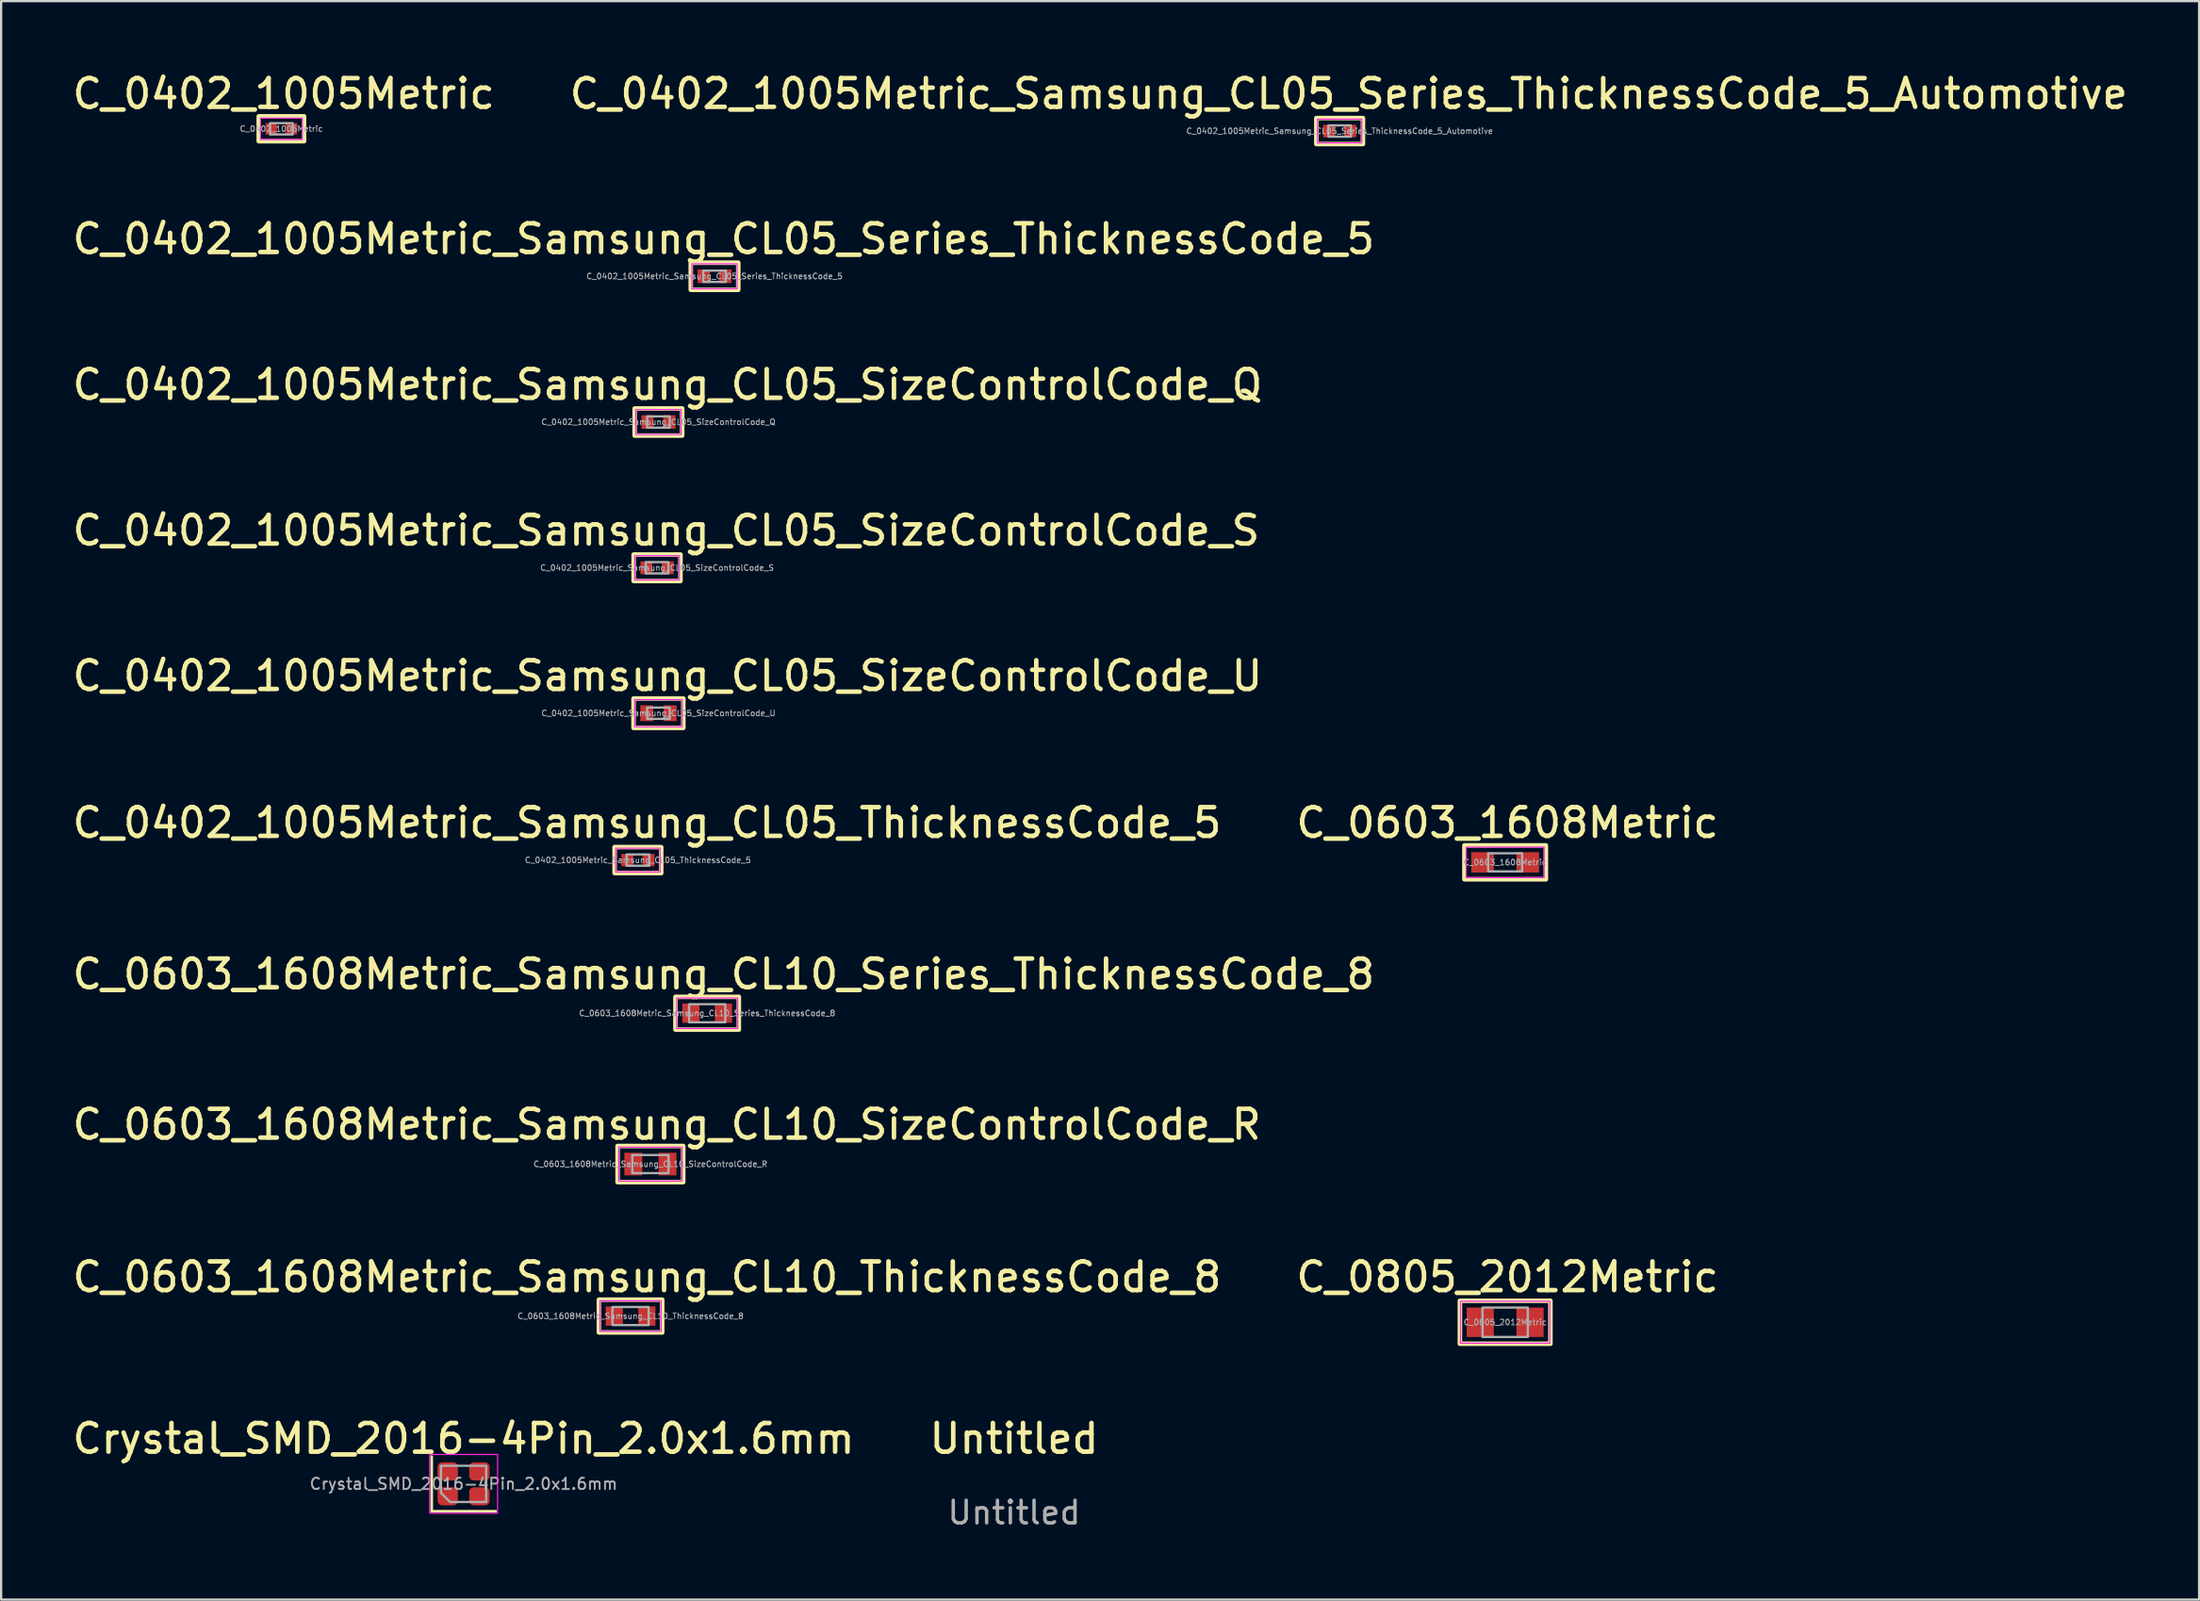
<source format=kicad_pcb>
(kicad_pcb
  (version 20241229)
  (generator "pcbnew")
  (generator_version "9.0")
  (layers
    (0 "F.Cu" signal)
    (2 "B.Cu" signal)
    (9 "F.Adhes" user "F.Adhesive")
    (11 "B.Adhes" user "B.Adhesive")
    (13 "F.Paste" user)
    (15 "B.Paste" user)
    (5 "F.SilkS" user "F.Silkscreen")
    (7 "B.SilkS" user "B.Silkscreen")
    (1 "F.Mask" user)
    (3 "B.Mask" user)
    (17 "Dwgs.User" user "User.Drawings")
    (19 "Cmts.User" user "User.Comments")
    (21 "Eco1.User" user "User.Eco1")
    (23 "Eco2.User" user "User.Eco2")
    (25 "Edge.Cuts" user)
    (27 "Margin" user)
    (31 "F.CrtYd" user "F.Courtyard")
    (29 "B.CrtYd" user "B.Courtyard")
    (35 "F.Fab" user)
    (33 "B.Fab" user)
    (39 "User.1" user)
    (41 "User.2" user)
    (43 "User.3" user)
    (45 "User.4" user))
  (footprint "C_0805_2012Metric"
    (layer "F.Cu")
    (at 63.472 55.406)
    (property "Reference" "C_0805_2012Metric" (at 0.1 -2 0) (layer "F.SilkS") (effects (font (size 1.27 1.27) (thickness 0.2))))
    (attr smd)
    (fp_rect (start -2 -0.95) (end 2 0.95) (stroke (width 0.2) (type default)) (fill no) (layer "F.SilkS"))
    (fp_rect (start -1.975 -0.925) (end 1.975 0.925) (stroke (width 0.05) (type default)) (fill no) (layer "F.CrtYd"))
    (fp_rect (start -1 -0.65) (end 1 0.65) (stroke (width 0.1) (type default)) (fill no) (layer "F.Fab"))
    (fp_text user "${REFERENCE}" (at 0 0 0) (layer "F.Fab") (effects (font (size 0.25 0.25) (thickness 0.04))))
    (pad "1" smd rect (at -1.1 0) (size 1.2 1.3) (layers "F.Cu" "F.Mask" "F.Paste"))
    (pad "2" smd rect (at 1.1 0) (size 1.2 1.3) (layers "F.Cu" "F.Mask" "F.Paste")))
  (footprint "C_0402_1005Metric_Samsung_CL05_Series_ThicknessCode_5"
    (layer "F.Cu")
    (at 28.529 9.163)
    (property "Reference" "C_0402_1005Metric_Samsung_CL05_Series_ThicknessCode_5" (at 0.4 -1.65 0) (layer "F.SilkS") (effects (font (size 1.27 1.27) (thickness 0.2))))
    (attr smd)
    (fp_rect (start -1.05 -0.6) (end 1.05 0.6) (stroke (width 0.2) (type default)) (fill no) (layer "F.SilkS"))
    (fp_rect (start -1 -0.55) (end 1 0.55) (stroke (width 0.05) (type default)) (fill no) (layer "F.CrtYd"))
    (fp_rect (start -0.5 -0.25) (end 0.5 0.25) (stroke (width 0.1) (type default)) (fill no) (layer "F.Fab"))
    (fp_text user "${REFERENCE}" (at 0 0 0) (layer "F.Fab") (effects (font (size 0.25 0.25) (thickness 0.04))))
    (pad "1" smd rect (at -0.48 0) (size 0.54 0.6) (layers "F.Cu" "F.Mask" "F.Paste"))
    (pad "2" smd rect (at 0.48 0) (size 0.54 0.6) (layers "F.Cu" "F.Mask" "F.Paste")))
  (footprint "C_0603_1608Metric"
    (layer "F.Cu")
    (at 63.472 35.074)
    (property "Reference" "C_0603_1608Metric" (at 0.1 -1.75 0) (layer "F.SilkS") (effects (font (size 1.27 1.27) (thickness 0.2))))
    (attr smd)
    (fp_rect (start -1.8 -0.75) (end 1.8 0.75) (stroke (width 0.2) (type default)) (fill no) (layer "F.SilkS"))
    (fp_rect (start -1.725 -0.675) (end 1.725 0.675) (stroke (width 0.05) (type default)) (fill no) (layer "F.CrtYd"))
    (fp_rect (start -0.75 -0.4) (end 0.75 0.4) (stroke (width 0.1) (type default)) (fill no) (layer "F.Fab"))
    (fp_text user "${REFERENCE}" (at 0 0 0) (layer "F.Fab") (effects (font (size 0.25 0.25) (thickness 0.04))))
    (pad "1" smd rect (at -1 0) (size 1 0.9) (layers "F.Cu" "F.Mask" "F.Paste"))
    (pad "2" smd rect (at 1 0) (size 1 0.9) (layers "F.Cu" "F.Mask" "F.Paste")))
  (footprint "C_0402_1005Metric_Samsung_CL05_ThicknessCode_5"
    (layer "F.Cu")
    (at 25.143 34.974)
    (property "Reference" "C_0402_1005Metric_Samsung_CL05_ThicknessCode_5" (at 0.4 -1.65 0) (layer "F.SilkS") (effects (font (size 1.27 1.27) (thickness 0.2))))
    (attr smd)
    (fp_rect (start -1.03 -0.575) (end 1.03 0.575) (stroke (width 0.2) (type default)) (fill no) (layer "F.SilkS"))
    (fp_rect (start -0.98 -0.525) (end 0.98 0.525) (stroke (width 0.05) (type default)) (fill no) (layer "F.CrtYd"))
    (fp_rect (start -0.5 -0.25) (end 0.5 0.25) (stroke (width 0.1) (type default)) (fill no) (layer "F.Fab"))
    (fp_text user "${REFERENCE}" (at 0 0 0) (layer "F.Fab") (effects (font (size 0.25 0.25) (thickness 0.04))))
    (pad "1" smd rect (at -0.465 0) (size 0.53 0.55) (layers "F.Cu" "F.Mask" "F.Paste"))
    (pad "2" smd rect (at 0.465 0) (size 0.53 0.55) (layers "F.Cu" "F.Mask" "F.Paste")))
  (footprint "C_0402_1005Metric_Samsung_CL05_SizeControlCode_Q"
    (layer "F.Cu")
    (at 26.05 15.607)
    (property "Reference" "C_0402_1005Metric_Samsung_CL05_SizeControlCode_Q" (at 0.4 -1.65 0) (layer "F.SilkS") (effects (font (size 1.27 1.27) (thickness 0.2))))
    (attr smd)
    (fp_rect (start -1.05 -0.6) (end 1.05 0.6) (stroke (width 0.2) (type default)) (fill no) (layer "F.SilkS"))
    (fp_rect (start -1 -0.55) (end 1 0.55) (stroke (width 0.05) (type default)) (fill no) (layer "F.CrtYd"))
    (fp_rect (start -0.5 -0.25) (end 0.5 0.25) (stroke (width 0.1) (type default)) (fill no) (layer "F.Fab"))
    (fp_text user "${REFERENCE}" (at 0 0 0) (layer "F.Fab") (effects (font (size 0.25 0.25) (thickness 0.04))))
    (pad "1" smd rect (at -0.48 0) (size 0.54 0.6) (layers "F.Cu" "F.Mask" "F.Paste"))
    (pad "2" smd rect (at 0.48 0) (size 0.54 0.6) (layers "F.Cu" "F.Mask" "F.Paste")))
  (footprint "C_0603_1608Metric_Samsung_CL10_Series_ThicknessCode_8"
    (layer "F.Cu")
    (at 28.204 41.743)
    (property "Reference" "C_0603_1608Metric_Samsung_CL10_Series_ThicknessCode_8" (at 0.725 -1.725 0) (layer "F.SilkS") (effects (font (size 1.27 1.27) (thickness 0.2))))
    (attr smd)
    (fp_rect (start -1.4 -0.725) (end 1.4 0.725) (stroke (width 0.2) (type default)) (fill no) (layer "F.SilkS"))
    (fp_rect (start -1.35 -0.675) (end 1.35 0.675) (stroke (width 0.05) (type default)) (fill no) (layer "F.CrtYd"))
    (fp_rect (start -0.8 -0.4) (end 0.8 0.4) (stroke (width 0.1) (type default)) (fill no) (layer "F.Fab"))
    (fp_text user "${REFERENCE}" (at 0 0 0) (layer "F.Fab") (effects (font (size 0.25 0.25) (thickness 0.04))))
    (pad "1" smd rect (at -0.72 0) (size 0.76 0.85) (layers "F.Cu" "F.Mask" "F.Paste"))
    (pad "2" smd rect (at 0.72 0) (size 0.76 0.85) (layers "F.Cu" "F.Mask" "F.Paste")))
  (footprint "C_0402_1005Metric_Samsung_CL05_SizeControlCode_S"
    (layer "F.Cu")
    (at 25.989 22.051)
    (property "Reference" "C_0402_1005Metric_Samsung_CL05_SizeControlCode_S" (at 0.4 -1.65 0) (layer "F.SilkS") (effects (font (size 1.27 1.27) (thickness 0.2))))
    (attr smd)
    (fp_rect (start -1.035 -0.585) (end 1.035 0.585) (stroke (width 0.2) (type default)) (fill no) (layer "F.SilkS"))
    (fp_rect (start -0.985 -0.535) (end 0.985 0.535) (stroke (width 0.05) (type default)) (fill no) (layer "F.CrtYd"))
    (fp_rect (start -0.5 -0.25) (end 0.5 0.25) (stroke (width 0.1) (type default)) (fill no) (layer "F.Fab"))
    (fp_text user "${REFERENCE}" (at 0 0 0) (layer "F.Fab") (effects (font (size 0.25 0.25) (thickness 0.04))))
    (pad "1" smd rect (at -0.47 0) (size 0.53 0.57) (layers "F.Cu" "F.Mask" "F.Paste"))
    (pad "2" smd rect (at 0.47 0) (size 0.53 0.57) (layers "F.Cu" "F.Mask" "F.Paste")))
  (footprint "C_0603_1608Metric_Samsung_CL10_ThicknessCode_8"
    (layer "F.Cu")
    (at 24.818 55.131)
    (property "Reference" "C_0603_1608Metric_Samsung_CL10_ThicknessCode_8" (at 0.725 -1.725 0) (layer "F.SilkS") (effects (font (size 1.27 1.27) (thickness 0.2))))
    (attr smd)
    (fp_rect (start -1.4 -0.725) (end 1.4 0.725) (stroke (width 0.2) (type default)) (fill no) (layer "F.SilkS"))
    (fp_rect (start -1.35 -0.675) (end 1.35 0.675) (stroke (width 0.05) (type default)) (fill no) (layer "F.CrtYd"))
    (fp_rect (start -0.8 -0.4) (end 0.8 0.4) (stroke (width 0.1) (type default)) (fill no) (layer "F.Fab"))
    (fp_text user "${REFERENCE}" (at 0 0 0) (layer "F.Fab") (effects (font (size 0.25 0.25) (thickness 0.04))))
    (pad "1" smd rect (at -0.72 0) (size 0.76 0.85) (layers "F.Cu" "F.Mask" "F.Paste"))
    (pad "2" smd rect (at 0.72 0) (size 0.76 0.85) (layers "F.Cu" "F.Mask" "F.Paste")))
  (footprint "Untitled"
    (layer "F.Cu")
    (at 41.77 61.184)
    (property "Reference" "Untitled" (at 0 -0.635 0) (unlocked yes) (layer "F.SilkS") (effects (font (size 1.27 1.27) (thickness 0.2))))
    (attr smd)
    (fp_text user "${REFERENCE}" (at 0 2.635 0) (unlocked yes) (layer "F.Fab") (effects (font (size 1 1) (thickness 0.15)))))
  (footprint "C_0402_1005Metric_Samsung_CL05_SizeControlCode_U"
    (layer "F.Cu")
    (at 26.05 28.48)
    (property "Reference" "C_0402_1005Metric_Samsung_CL05_SizeControlCode_U" (at 0.4 -1.65 0) (layer "F.SilkS") (effects (font (size 1.27 1.27) (thickness 0.2))))
    (attr smd)
    (fp_rect (start -1.1 -0.65) (end 1.1 0.65) (stroke (width 0.2) (type default)) (fill no) (layer "F.SilkS"))
    (fp_rect (start -1.05 -0.6) (end 1.05 0.6) (stroke (width 0.05) (type default)) (fill no) (layer "F.CrtYd"))
    (fp_rect (start -0.5 -0.25) (end 0.5 0.25) (stroke (width 0.1) (type default)) (fill no) (layer "F.Fab"))
    (fp_text user "${REFERENCE}" (at 0 0 0) (layer "F.Fab") (effects (font (size 0.25 0.25) (thickness 0.04))))
    (pad "1" smd rect (at -0.515 0) (size 0.57 0.7) (layers "F.Cu" "F.Mask" "F.Paste"))
    (pad "2" smd rect (at 0.515 0) (size 0.57 0.7) (layers "F.Cu" "F.Mask" "F.Paste")))
  (footprint "Crystal_SMD_2016-4Pin_2.0x1.6mm"
    (layer "F.Cu")
    (at 17.439 62.55)
    (property "Reference" "Crystal_SMD_2016-4Pin_2.0x1.6mm" (at 0 -2 0) (layer "F.SilkS") (effects (font (size 1.27 1.27) (thickness 0.2))))
    (attr smd)
    (fp_line (start -1.41 -1.21) (end -1.41 1.21) (stroke (width 0.12) (type solid)) (layer "F.SilkS"))
    (fp_line (start -1.41 1.21) (end 1.41 1.21) (stroke (width 0.12) (type solid)) (layer "F.SilkS"))
    (fp_rect (start -1.5 -1.3) (end 1.5 1.3) (stroke (width 0.05) (type solid)) (fill no) (layer "F.CrtYd"))
    (fp_poly (pts (xy -1 -0.8) (xy -1 0.4) (xy -0.6 0.8) (xy 1 0.8) (xy 1 -0.8)) (stroke (width 0.1) (type solid)) (fill no) (layer "F.Fab"))
    (fp_text user "${REFERENCE}" (at 0 0 0) (layer "F.Fab") (effects (font (size 0.5 0.5) (thickness 0.08))))
    (pad "1" smd roundrect (at -0.7 0.55) (size 0.9 0.8) (layers "F.Cu" "F.Mask" "F.Paste") (roundrect_rratio 0.25))
    (pad "2" smd roundrect (at 0.7 0.55) (size 0.9 0.8) (layers "F.Cu" "F.Mask" "F.Paste") (roundrect_rratio 0.25))
    (pad "3" smd roundrect (at 0.7 -0.55) (size 0.9 0.8) (layers "F.Cu" "F.Mask" "F.Paste") (roundrect_rratio 0.25))
    (pad "4" smd roundrect (at -0.7 -0.55) (size 0.9 0.8) (layers "F.Cu" "F.Mask" "F.Paste") (roundrect_rratio 0.25)))
  (footprint "C_0402_1005Metric_Samsung_CL05_Series_ThicknessCode_5_Automotive"
    (layer "F.Cu")
    (at 56.157 2.744)
    (property "Reference" "C_0402_1005Metric_Samsung_CL05_Series_ThicknessCode_5_Automotive" (at 0.4 -1.65 0) (layer "F.SilkS") (effects (font (size 1.27 1.27) (thickness 0.2))))
    (attr smd)
    (fp_rect (start -1.03 -0.575) (end 1.03 0.575) (stroke (width 0.2) (type default)) (fill no) (layer "F.SilkS"))
    (fp_rect (start -0.98 -0.525) (end 0.98 0.525) (stroke (width 0.05) (type default)) (fill no) (layer "F.CrtYd"))
    (fp_rect (start -0.5 -0.25) (end 0.5 0.25) (stroke (width 0.1) (type default)) (fill no) (layer "F.Fab"))
    (fp_text user "${REFERENCE}" (at 0 0 0) (layer "F.Fab") (effects (font (size 0.25 0.25) (thickness 0.04))))
    (pad "1" smd rect (at -0.465 0) (size 0.53 0.55) (layers "F.Cu" "F.Mask" "F.Paste"))
    (pad "2" smd rect (at 0.465 0) (size 0.53 0.55) (layers "F.Cu" "F.Mask" "F.Paste")))
  (footprint "C_0402_1005Metric"
    (layer "F.Cu")
    (at 9.386 2.644)
    (property "Reference" "C_0402_1005Metric" (at 0.1 -1.55 0) (layer "F.SilkS") (effects (font (size 1.27 1.27) (thickness 0.2))))
    (attr smd)
    (fp_rect (start -1 -0.55) (end 1 0.55) (stroke (width 0.2) (type default)) (fill no) (layer "F.SilkS"))
    (fp_rect (start -0.925 -0.475) (end 0.925 0.475) (stroke (width 0.05) (type default)) (fill no) (layer "F.CrtYd"))
    (fp_rect (start -0.5 -0.25) (end 0.5 0.25) (stroke (width 0.1) (type default)) (fill no) (layer "F.Fab"))
    (fp_text user "${REFERENCE}" (at 0 0 0) (layer "F.Fab") (effects (font (size 0.25 0.25) (thickness 0.04))))
    (pad "1" smd rect (at -0.45 0) (size 0.5 0.5) (layers "F.Cu" "F.Mask" "F.Paste"))
    (pad "2" smd rect (at 0.45 0) (size 0.5 0.5) (layers "F.Cu" "F.Mask" "F.Paste")))
  (footprint "C_0603_1608Metric_Samsung_CL10_SizeControlCode_R"
    (layer "F.Cu")
    (at 25.695 48.412)
    (property "Reference" "C_0603_1608Metric_Samsung_CL10_SizeControlCode_R" (at 0.725 -1.75 0) (layer "F.SilkS") (effects (font (size 1.27 1.27) (thickness 0.2))))
    (attr smd)
    (fp_rect (start -1.45 -0.8) (end 1.45 0.8) (stroke (width 0.2) (type default)) (fill no) (layer "F.SilkS"))
    (fp_rect (start -1.4 -0.75) (end 1.4 0.75) (stroke (width 0.05) (type default)) (fill no) (layer "F.CrtYd"))
    (fp_rect (start -0.8 -0.4) (end 0.8 0.4) (stroke (width 0.1) (type default)) (fill no) (layer "F.Fab"))
    (fp_text user "${REFERENCE}" (at 0 0 0) (layer "F.Fab") (effects (font (size 0.25 0.25) (thickness 0.04))))
    (pad "1" smd rect (at -0.755 0) (size 0.79 1) (layers "F.Cu" "F.Mask" "F.Paste"))
    (pad "2" smd rect (at 0.755 0) (size 0.79 1) (layers "F.Cu" "F.Mask" "F.Paste")))
  (gr_rect
    (start -3 -3)
    (end 94.141 67.668)
    (stroke (width 0.1) (type default))
    (fill no)
    (layer "Edge.Cuts")))
</source>
